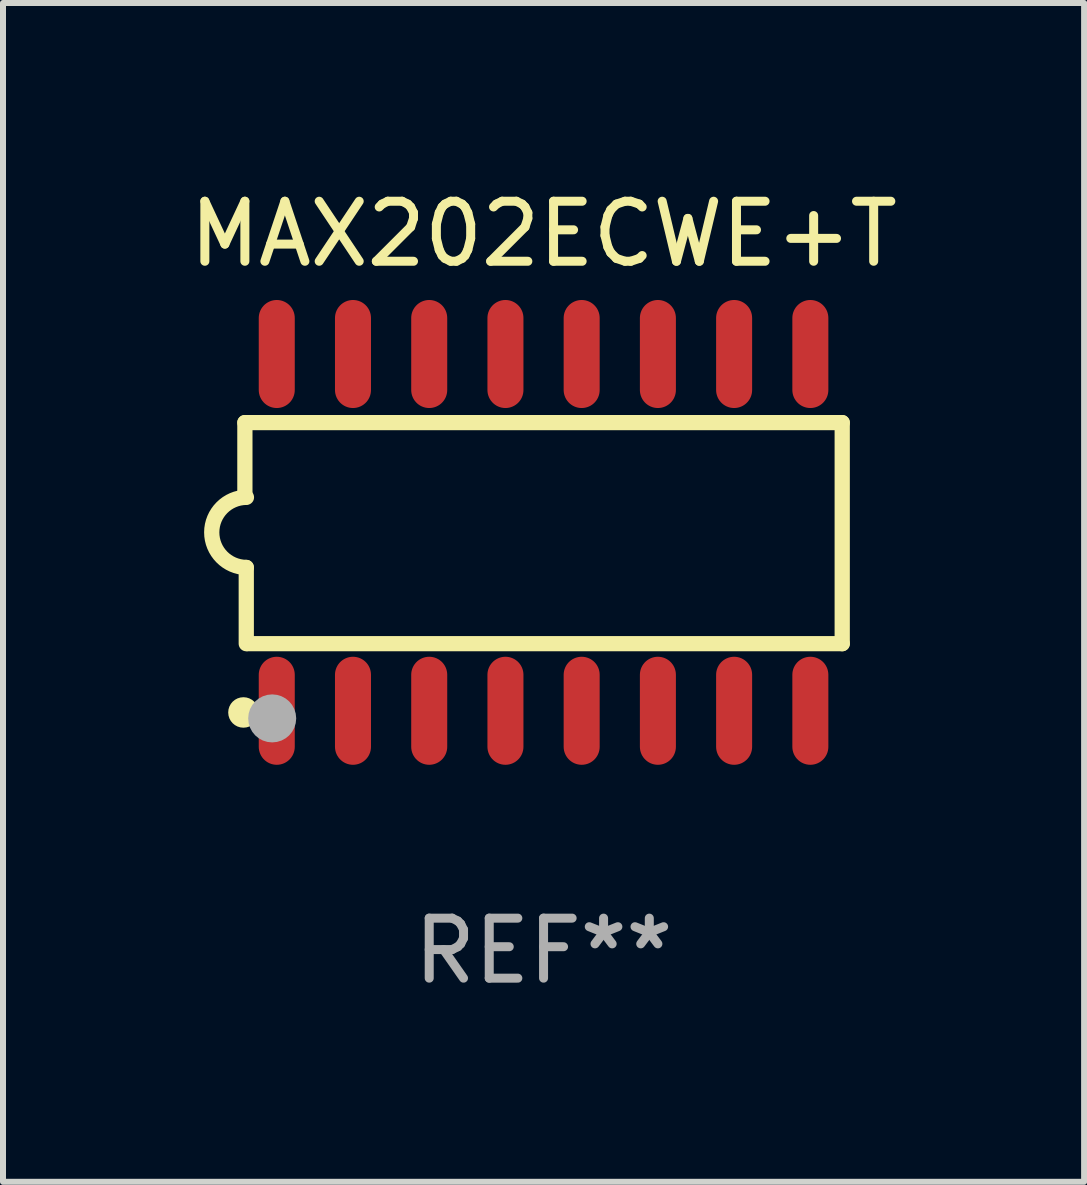
<source format=kicad_pcb>
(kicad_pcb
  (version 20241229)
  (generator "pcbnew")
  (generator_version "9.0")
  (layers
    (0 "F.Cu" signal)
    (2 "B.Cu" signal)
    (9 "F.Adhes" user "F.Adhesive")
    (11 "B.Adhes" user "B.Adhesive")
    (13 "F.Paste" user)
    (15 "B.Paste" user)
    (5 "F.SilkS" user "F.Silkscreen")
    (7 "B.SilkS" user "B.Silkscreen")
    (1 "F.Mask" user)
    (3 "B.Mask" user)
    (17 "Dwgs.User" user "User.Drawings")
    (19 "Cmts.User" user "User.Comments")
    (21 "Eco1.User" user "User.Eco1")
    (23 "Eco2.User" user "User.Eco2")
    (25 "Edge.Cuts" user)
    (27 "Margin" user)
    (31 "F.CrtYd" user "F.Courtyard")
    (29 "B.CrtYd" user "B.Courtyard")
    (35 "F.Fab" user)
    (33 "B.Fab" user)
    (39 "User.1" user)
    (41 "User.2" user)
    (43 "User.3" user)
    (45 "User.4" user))
  (footprint "MAX202ECWE+T"
    (layer "F.Cu")
    (at 6.006 5.82)
    (property "Reference" "MAX202ECWE+T" (at 0 -4.972 0) (layer "F.SilkS") (effects (font (size 1 1) (thickness 0.15))))
    (attr through_hole)
    (fp_line (start -4.976 -1.829) (end -4.976 -0.584) (stroke (width 0.254) (type solid)) (layer "F.SilkS"))
    (fp_line (start -4.953 0.584) (end -4.953 1.854) (stroke (width 0.254) (type solid)) (layer "F.SilkS"))
    (fp_line (start -4.928 1.854) (end 4.976 1.854) (stroke (width 0.254) (type solid)) (layer "F.SilkS"))
    (fp_line (start 4.976 -1.829) (end -4.976 -1.829) (stroke (width 0.254) (type solid)) (layer "F.SilkS"))
    (fp_line (start 4.976 1.854) (end 4.976 -1.829) (stroke (width 0.254) (type solid)) (layer "F.SilkS"))
    (fp_arc (start -4.95301 0.584201) (mid -5.533866 -0.00152) (end -4.950088 -0.584329) (stroke (width 0.254001) (type solid)) (layer "F.SilkS"))
    (fp_circle (center -5 3) (end -4.873 3) (stroke (width 0.254) (type solid)) (fill no) (layer "F.SilkS"))
    (fp_circle (center -4.521 3.099) (end -4.321 3.099) (stroke (width 0.4) (type solid)) (fill no) (layer "F.Fab"))
    (fp_text user "REF**" (at 0 6.972 0) (layer "F.Fab") (effects (font (size 1 1) (thickness 0.15))))
    (pad "1" smd oval (at -4.445 2.972 180) (size 0.6 1.8) (layers "F.Cu" "F.Mask" "F.Paste"))
    (pad "2" smd oval (at -3.175 2.972 180) (size 0.6 1.8) (layers "F.Cu" "F.Mask" "F.Paste"))
    (pad "3" smd oval (at -1.905 2.972 180) (size 0.6 1.8) (layers "F.Cu" "F.Mask" "F.Paste"))
    (pad "4" smd oval (at -0.635 2.972 180) (size 0.6 1.8) (layers "F.Cu" "F.Mask" "F.Paste"))
    (pad "5" smd oval (at 0.635 2.972 180) (size 0.6 1.8) (layers "F.Cu" "F.Mask" "F.Paste"))
    (pad "6" smd oval (at 1.905 2.972 180) (size 0.6 1.8) (layers "F.Cu" "F.Mask" "F.Paste"))
    (pad "7" smd oval (at 3.175 2.972 180) (size 0.6 1.8) (layers "F.Cu" "F.Mask" "F.Paste"))
    (pad "8" smd oval (at 4.445 2.972 180) (size 0.6 1.8) (layers "F.Cu" "F.Mask" "F.Paste"))
    (pad "9" smd oval (at 4.445 -2.972 180) (size 0.6 1.8) (layers "F.Cu" "F.Mask" "F.Paste"))
    (pad "10" smd oval (at 3.175 -2.972 180) (size 0.6 1.8) (layers "F.Cu" "F.Mask" "F.Paste"))
    (pad "11" smd oval (at 1.905 -2.972 180) (size 0.6 1.8) (layers "F.Cu" "F.Mask" "F.Paste"))
    (pad "12" smd oval (at 0.635 -2.972 180) (size 0.6 1.8) (layers "F.Cu" "F.Mask" "F.Paste"))
    (pad "13" smd oval (at -0.635 -2.972 180) (size 0.6 1.8) (layers "F.Cu" "F.Mask" "F.Paste"))
    (pad "14" smd oval (at -1.905 -2.972 180) (size 0.6 1.8) (layers "F.Cu" "F.Mask" "F.Paste"))
    (pad "15" smd oval (at -3.175 -2.972 180) (size 0.6 1.8) (layers "F.Cu" "F.Mask" "F.Paste"))
    (pad "16" smd oval (at -4.445 -2.972 180) (size 0.6 1.8) (layers "F.Cu" "F.Mask" "F.Paste")))
  (gr_rect
    (start -3 -3)
    (end 15.012 16.64)
    (stroke (width 0.1) (type default))
    (fill no)
    (layer "Edge.Cuts")))
</source>
